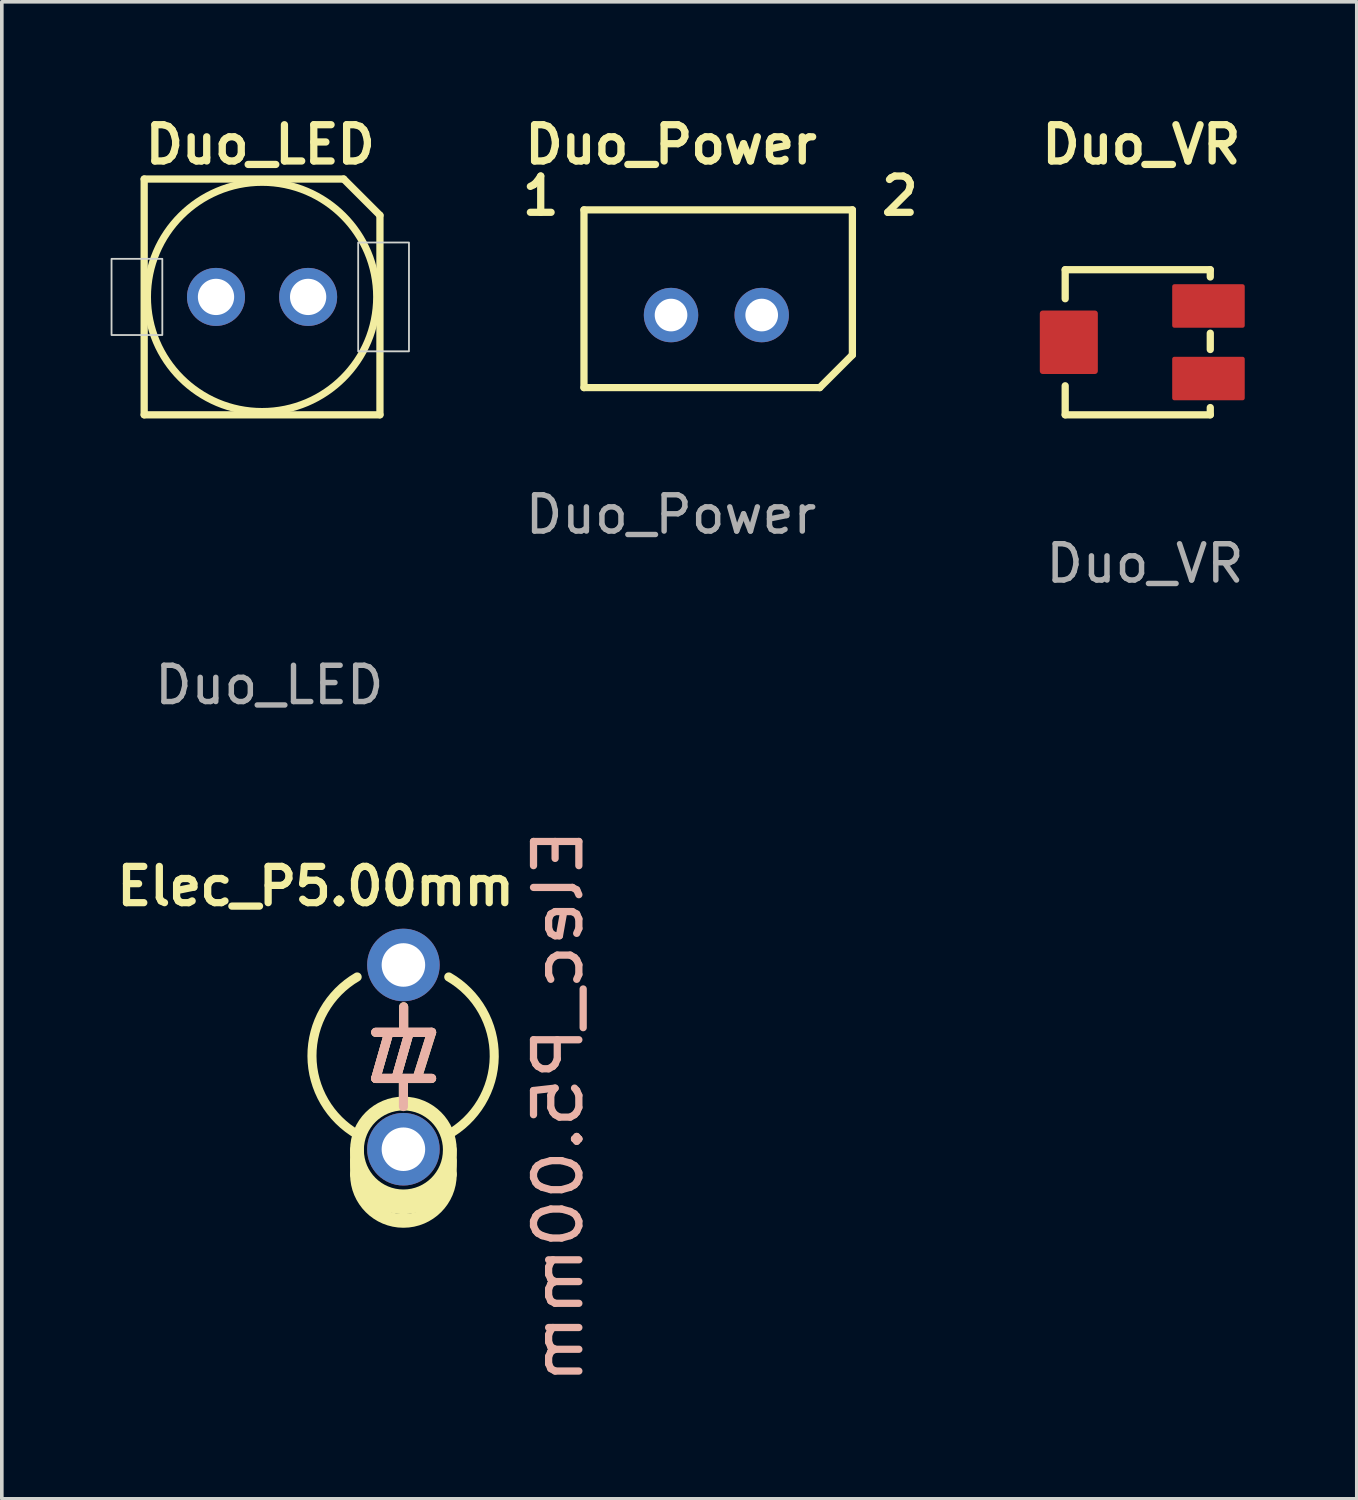
<source format=kicad_pcb>
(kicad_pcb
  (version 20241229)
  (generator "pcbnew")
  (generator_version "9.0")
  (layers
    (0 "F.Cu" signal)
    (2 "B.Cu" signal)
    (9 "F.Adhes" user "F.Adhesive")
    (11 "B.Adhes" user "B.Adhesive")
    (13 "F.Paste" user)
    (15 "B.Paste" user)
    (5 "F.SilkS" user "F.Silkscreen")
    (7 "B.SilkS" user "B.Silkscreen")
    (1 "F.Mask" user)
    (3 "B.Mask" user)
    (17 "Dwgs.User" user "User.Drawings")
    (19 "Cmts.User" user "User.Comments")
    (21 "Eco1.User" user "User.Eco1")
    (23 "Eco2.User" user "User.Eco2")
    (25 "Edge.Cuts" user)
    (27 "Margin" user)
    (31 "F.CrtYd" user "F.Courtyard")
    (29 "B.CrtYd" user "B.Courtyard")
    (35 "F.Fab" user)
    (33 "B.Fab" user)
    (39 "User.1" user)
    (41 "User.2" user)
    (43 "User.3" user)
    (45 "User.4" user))
  (footprint "Duo_Power"
    (layer "F.Cu")
    (at 15.45 5.636)
    (property "Reference" "Duo_Power" (at 0 -4.7 0) (unlocked yes) (layer "F.SilkS") (effects (font (size 1 1) (thickness 0.2))))
    (attr through_hole)
    (fp_line (start -2.4 -2.9) (end -2.4 2) (stroke (width 0.2) (type default)) (layer "F.SilkS"))
    (fp_line (start -2.4 2) (end 4.1 2) (stroke (width 0.2) (type default)) (layer "F.SilkS"))
    (fp_line (start 4.1 2) (end 5 1.1) (stroke (width 0.2) (type default)) (layer "F.SilkS"))
    (fp_line (start 5 -2.9) (end -2.4 -2.9) (stroke (width 0.2) (type default)) (layer "F.SilkS"))
    (fp_line (start 5 1.1) (end 5 -2.9) (stroke (width 0.2) (type default)) (layer "F.SilkS"))
    (fp_text user "2" (at 5.7 -2.7 0) (unlocked yes) (layer "F.SilkS") (effects (font (size 1 1) (thickness 0.2) (bold yes)) (justify left bottom)))
    (fp_text user "1" (at -4.2 -2.7 0) (unlocked yes) (layer "F.SilkS") (effects (font (size 1 1) (thickness 0.2) (bold yes)) (justify left bottom)))
    (fp_text user "${REFERENCE}" (at 0 5.5 0) (unlocked yes) (layer "F.Fab") (effects (font (size 1 1) (thickness 0.15))))
    (pad "1" thru_hole circle (at 0 0) (size 1.5 1.5) (drill 0.9) (layers "*.Cu" "*.Mask"))
    (pad "2" thru_hole circle (at 2.5 0) (size 1.5 1.5) (drill 0.9) (layers "*.Cu" "*.Mask")))
  (footprint "Duo_LED"
    (layer "F.Cu")
    (at 4.175 5.136)
    (property "Reference" "Duo_LED" (at -0.05 -4.2 0) (unlocked yes) (layer "F.SilkS") (effects (font (size 1 1) (thickness 0.2))))
    (attr through_hole)
    (fp_line (start -3.25 -3.25) (end 2.25 -3.25) (stroke (width 0.2) (type default)) (layer "F.SilkS"))
    (fp_line (start -3.25 3.25) (end -3.25 -3.25) (stroke (width 0.2) (type default)) (layer "F.SilkS"))
    (fp_line (start 2.25 -3.25) (end 3.25 -2.25) (stroke (width 0.2) (type default)) (layer "F.SilkS"))
    (fp_line (start 3.25 -2.25) (end 3.25 3.25) (stroke (width 0.2) (type default)) (layer "F.SilkS"))
    (fp_line (start 3.25 3.25) (end -3.25 3.25) (stroke (width 0.2) (type default)) (layer "F.SilkS"))
    (fp_circle (center 0 0) (end 3 1) (stroke (width 0.2) (type default)) (fill no) (layer "F.SilkS"))
    (fp_rect (start -4.15 -1.05) (end -2.75 1.05) (stroke (width 0.05) (type default)) (fill no) (layer "Edge.Cuts"))
    (fp_rect (start 2.65 -1.5) (end 4.05 1.5) (stroke (width 0.05) (type default)) (fill no) (layer "Edge.Cuts"))
    (fp_text user "${REFERENCE}" (at 0.2 10.7 0) (unlocked yes) (layer "F.Fab") (effects (font (size 1 1) (thickness 0.15))))
    (pad "1" thru_hole circle (at -1.27 0) (size 1.6 1.6) (drill 1) (layers "*.Cu" "*.Mask"))
    (pad "2" thru_hole circle (at 1.27 0) (size 1.6 1.6) (drill 1) (layers "*.Cu" "*.Mask")))
  (footprint "Elec_P5.00mm"
    (layer "F.Cu")
    (at 8.072 26.434)
    (property "Reference" "Elec_P5.00mm" (at -2.42 -5.05 0) (layer "F.SilkS") (effects (font (size 1 1) (thickness 0.2))))
    (attr through_hole)
    (fp_line (start -1.28 2.22) (end -1.28 2.895) (stroke (width 0.38) (type solid)) (layer "F.SilkS"))
    (fp_line (start -0.763 -1.02) (end 0.777 -1.02) (stroke (width 0.25) (type default)) (layer "F.SilkS"))
    (fp_line (start -0.763 0.25) (end -0.403 -1.01) (stroke (width 0.25) (type default)) (layer "F.SilkS"))
    (fp_line (start -0.763 0.25) (end 0.777 0.25) (stroke (width 0.25) (type default)) (layer "F.SilkS"))
    (fp_line (start -0.203 0.25) (end 0.157 -1.01) (stroke (width 0.25) (type default)) (layer "F.SilkS"))
    (fp_line (start 0 0.339) (end 0 0.961) (stroke (width 0.25) (type default)) (layer "F.SilkS"))
    (fp_line (start 0.007 -1.022) (end 0.007 -1.728) (stroke (width 0.25) (type default)) (layer "F.SilkS"))
    (fp_line (start 0.777 -1.02) (end 0.377 0.25) (stroke (width 0.25) (type default)) (layer "F.SilkS"))
    (fp_line (start 1.28 2.22) (end 1.28 2.895) (stroke (width 0.38) (type solid)) (layer "F.SilkS"))
    (fp_arc (start -1.254768 1.801761) (mid -2.521129 -0.368279) (end -1.275 -2.55) (stroke (width 0.25) (type default)) (layer "F.SilkS"))
    (fp_arc (start 1.25 -2.55) (mid 2.504105 -0.350664) (end 1.19882 1.818688) (stroke (width 0.25) (type default)) (layer "F.SilkS"))
    (fp_arc (start 1.28 2.52) (mid 0 3.8) (end -1.28 2.52) (stroke (width 0.38) (type solid)) (layer "F.SilkS"))
    (fp_arc (start 1.28 2.895) (mid 0 4.175) (end -1.28 2.895) (stroke (width 0.38) (type solid)) (layer "F.SilkS"))
    (fp_circle (center 0 2.22) (end 1.28 2.22) (stroke (width 0.38) (type solid)) (fill no) (layer "F.SilkS"))
    (fp_line (start -0.763 -1.025) (end 0.777 -1.025) (stroke (width 0.25) (type default)) (layer "B.SilkS"))
    (fp_line (start -0.763 -1.025) (end 0.777 -1.025) (stroke (width 0.25) (type default)) (layer "B.SilkS"))
    (fp_line (start -0.763 0.245) (end -0.403 -1.015) (stroke (width 0.25) (type default)) (layer "B.SilkS"))
    (fp_line (start -0.763 0.245) (end -0.403 -1.015) (stroke (width 0.25) (type default)) (layer "B.SilkS"))
    (fp_line (start -0.763 0.245) (end 0.777 0.245) (stroke (width 0.25) (type default)) (layer "B.SilkS"))
    (fp_line (start -0.763 0.245) (end 0.777 0.245) (stroke (width 0.25) (type default)) (layer "B.SilkS"))
    (fp_line (start -0.203 0.245) (end 0.157 -1.015) (stroke (width 0.25) (type default)) (layer "B.SilkS"))
    (fp_line (start -0.203 0.245) (end 0.157 -1.015) (stroke (width 0.25) (type default)) (layer "B.SilkS"))
    (fp_line (start 0 0.289) (end 0 1.025) (stroke (width 0.25) (type default)) (layer "B.SilkS"))
    (fp_line (start 0.007 -1.025) (end 0.007 -1.725) (stroke (width 0.25) (type default)) (layer "B.SilkS"))
    (fp_line (start 0.777 -1.025) (end 0.377 0.245) (stroke (width 0.25) (type default)) (layer "B.SilkS"))
    (fp_text user "${REFERENCE}" (at 5 -6.75 90) (unlocked yes) (layer "B.SilkS") (effects (font (size 1.25 1.4) (thickness 0.2)) (justify left bottom mirror)))
    (pad "1" thru_hole circle (at 0 -2.88) (size 2 2) (drill 1.2) (layers "*.Cu" "*.Mask"))
    (pad "2" thru_hole circle (at 0 2.2) (size 2 2) (drill 1.2) (layers "*.Cu" "*.Mask")))
  (footprint "Duo_VR"
    (layer "F.Cu")
    (at 28.467 6.386)
    (property "Reference" "Duo_VR" (at -0.05 -5.45 0) (unlocked yes) (layer "F.SilkS") (effects (font (size 1 1) (thickness 0.2))))
    (attr smd)
    (fp_line (start -2.15 -2) (end 1.85 -2) (stroke (width 0.2) (type default)) (layer "F.SilkS"))
    (fp_line (start -2.15 -1.2) (end -2.15 -2) (stroke (width 0.2) (type default)) (layer "F.SilkS"))
    (fp_line (start -2.15 2) (end -2.15 1.2) (stroke (width 0.2) (type default)) (layer "F.SilkS"))
    (fp_line (start -2.15 2) (end 1.85 2) (stroke (width 0.2) (type default)) (layer "F.SilkS"))
    (fp_line (start 1.85 -2) (end 1.85 -1.8) (stroke (width 0.2) (type default)) (layer "F.SilkS"))
    (fp_line (start 1.85 -0.25) (end 1.85 0.2) (stroke (width 0.2) (type default)) (layer "F.SilkS"))
    (fp_line (start 1.85 1.8) (end 1.85 2) (stroke (width 0.2) (type default)) (layer "F.SilkS"))
    (fp_text user "${REFERENCE}" (at 0.05 6.1 0) (unlocked yes) (layer "F.Fab") (effects (font (size 1 1) (thickness 0.15))))
    (pad "1" smd roundrect (at 1.8 -1) (size 2 1.2) (layers "F.Cu" "F.Mask" "F.Paste") (roundrect_rratio 0.05))
    (pad "2" smd roundrect (at -2.05 0) (size 1.6 1.75) (layers "F.Cu" "F.Mask" "F.Paste") (roundrect_rratio 0.05))
    (pad "3" smd roundrect (at 1.8 1) (size 2 1.2) (layers "F.Cu" "F.Mask" "F.Paste") (roundrect_rratio 0.05)))
  (gr_rect
    (start -3 -3)
    (end 34.356 38.271)
    (stroke (width 0.1) (type default))
    (fill no)
    (layer "Edge.Cuts")))
</source>
